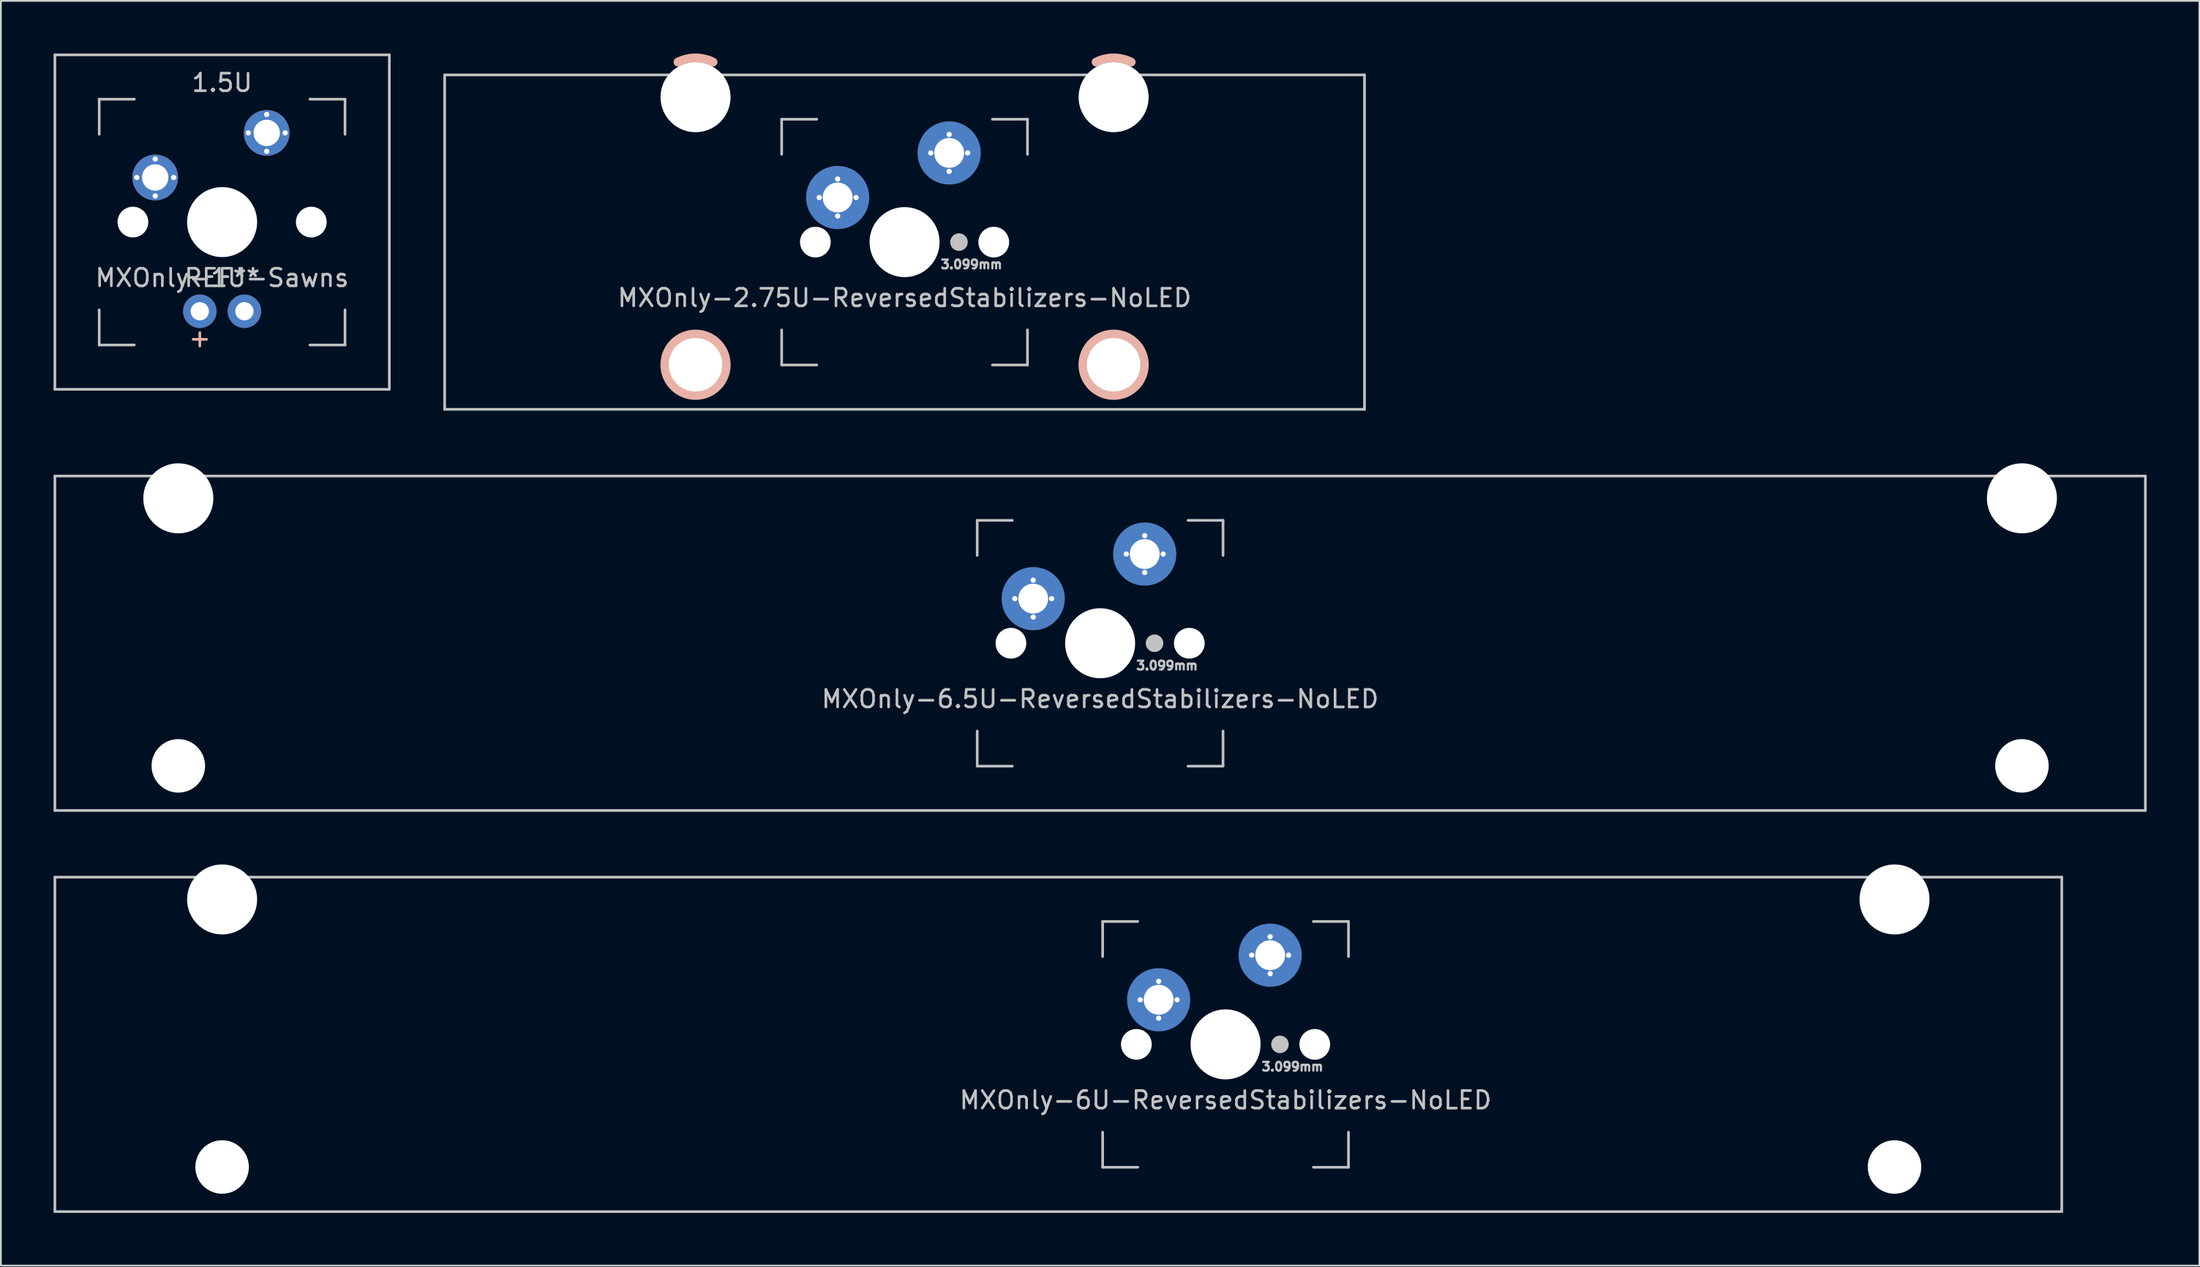
<source format=kicad_pcb>
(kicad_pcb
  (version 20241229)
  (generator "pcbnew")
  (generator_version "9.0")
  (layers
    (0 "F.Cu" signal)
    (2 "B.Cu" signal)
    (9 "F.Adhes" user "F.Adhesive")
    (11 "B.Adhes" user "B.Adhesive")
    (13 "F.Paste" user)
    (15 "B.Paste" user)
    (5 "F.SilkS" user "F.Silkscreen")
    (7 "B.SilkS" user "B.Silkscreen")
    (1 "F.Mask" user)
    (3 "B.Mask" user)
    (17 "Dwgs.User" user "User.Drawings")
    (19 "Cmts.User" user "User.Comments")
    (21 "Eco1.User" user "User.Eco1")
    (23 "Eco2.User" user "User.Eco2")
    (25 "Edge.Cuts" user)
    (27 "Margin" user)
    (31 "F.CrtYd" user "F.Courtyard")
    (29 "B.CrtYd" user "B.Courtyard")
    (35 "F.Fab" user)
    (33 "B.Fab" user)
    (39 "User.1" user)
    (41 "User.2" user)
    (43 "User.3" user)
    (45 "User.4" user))
  (footprint "MXOnly-6U-ReversedStabilizers-NoLED"
    (layer "F.Cu")
    (at 57.225 56.439)
    (property "Reference" "MXOnly-6U-ReversedStabilizers-NoLED" (at 9.525 3.175 0) (layer "Dwgs.User") (effects (font (size 1 1) (thickness 0.15))))
    (attr through_hole)
    (fp_line (start -57.15 -9.525) (end 57.15 -9.525) (stroke (width 0.15) (type solid)) (layer "Dwgs.User"))
    (fp_line (start -57.15 9.525) (end -57.15 -9.525) (stroke (width 0.15) (type solid)) (layer "Dwgs.User"))
    (fp_line (start -57.15 9.525) (end 57.15 9.525) (stroke (width 0.15) (type solid)) (layer "Dwgs.User"))
    (fp_line (start 2.525 -7) (end 2.525 -5) (stroke (width 0.15) (type solid)) (layer "Dwgs.User"))
    (fp_line (start 2.525 5) (end 2.525 7) (stroke (width 0.15) (type solid)) (layer "Dwgs.User"))
    (fp_line (start 2.525 7) (end 4.525 7) (stroke (width 0.15) (type solid)) (layer "Dwgs.User"))
    (fp_line (start 4.525 -7) (end 2.525 -7) (stroke (width 0.15) (type solid)) (layer "Dwgs.User"))
    (fp_line (start 14.525 -7) (end 16.525 -7) (stroke (width 0.15) (type solid)) (layer "Dwgs.User"))
    (fp_line (start 14.525 7) (end 16.525 7) (stroke (width 0.15) (type solid)) (layer "Dwgs.User"))
    (fp_line (start 16.525 -7) (end 16.525 -5) (stroke (width 0.15) (type solid)) (layer "Dwgs.User"))
    (fp_line (start 16.525 7) (end 16.525 5) (stroke (width 0.15) (type solid)) (layer "Dwgs.User"))
    (fp_line (start 57.15 -9.525) (end 57.15 9.525) (stroke (width 0.15) (type solid)) (layer "Dwgs.User"))
    (fp_text user "3.099mm" (at 13.335 1.27 0) (layer "Dwgs.User") (effects (font (size 0.5 0.5) (thickness 0.125))))
    (pad "" np_thru_hole circle (at -47.625 -8.255) (size 3.988 3.988) (drill 3.988) (layers "*.Cu" "*.Mask"))
    (pad "" np_thru_hole circle (at -47.625 6.985) (size 3.048 3.048) (drill 3.048) (layers "*.Cu" "*.Mask"))
    (pad "" np_thru_hole circle (at 4.445 0 48.1) (size 1.75 1.75) (drill 1.75) (layers "*.Cu" "*.Mask"))
    (pad "" smd circle (at 5.715 -2.54) (size 3.2 3.2) (layers "B.Mask"))
    (pad "" np_thru_hole circle (at 9.525 0) (size 3.988 3.988) (drill 3.988) (layers "*.Cu" "*.Mask"))
    (pad "" smd circle (at 12.065 -5.08) (size 3.2 3.2) (layers "B.Mask"))
    (pad "" smd circle (at 12.624 0) (size 1 1) (layers "Dwgs.User"))
    (pad "" np_thru_hole circle (at 14.605 0 48.1) (size 1.75 1.75) (drill 1.75) (layers "*.Cu" "*.Mask"))
    (pad "" np_thru_hole circle (at 47.625 -8.255) (size 3.988 3.988) (drill 3.988) (layers "*.Cu" "*.Mask"))
    (pad "" np_thru_hole circle (at 47.625 6.985) (size 3.048 3.048) (drill 3.048) (layers "*.Cu" "*.Mask"))
    (pad "1" thru_hole circle (at 4.665 -2.54 90) (size 0.4 0.4) (drill 0.3) (layers "*.Cu" "B.Mask"))
    (pad "1" thru_hole circle (at 5.715 -3.59) (size 0.4 0.4) (drill 0.3) (layers "*.Cu" "B.Mask"))
    (pad "1" thru_hole circle (at 5.715 -2.54) (size 2.5 2.5) (drill 1.7) (layers "*.Cu"))
    (pad "1" smd circle (at 5.715 -2.54) (size 3.6 3.6) (layers "B.Cu"))
    (pad "1" thru_hole circle (at 5.715 -1.49 180) (size 0.4 0.4) (drill 0.3) (layers "*.Cu" "B.Mask"))
    (pad "1" thru_hole circle (at 6.765 -2.54 270) (size 0.4 0.4) (drill 0.3) (layers "*.Cu" "B.Mask"))
    (pad "2" thru_hole circle (at 11.015 -5.08 90) (size 0.4 0.4) (drill 0.3) (layers "*.Cu" "B.Mask"))
    (pad "2" thru_hole circle (at 12.065 -6.13) (size 0.4 0.4) (drill 0.3) (layers "*.Cu" "B.Mask"))
    (pad "2" thru_hole circle (at 12.065 -5.08) (size 2.5 2.5) (drill 1.7) (layers "*.Cu"))
    (pad "2" smd circle (at 12.065 -5.08) (size 3.6 3.6) (layers "B.Cu"))
    (pad "2" thru_hole circle (at 12.065 -4.03 180) (size 0.4 0.4) (drill 0.3) (layers "*.Cu" "B.Mask"))
    (pad "2" thru_hole circle (at 13.115 -5.08 270) (size 0.4 0.4) (drill 0.3) (layers "*.Cu" "B.Mask")))
  (footprint "MXOnly-1U-Sawns"
    (layer "F.Cu")
    (at 9.6 9.6)
    (property "Reference" "MXOnly-1U-Sawns" (at 0 3.175 0) (layer "Dwgs.User") (effects (font (size 1 1) (thickness 0.15))))
    (attr through_hole)
    (fp_line (start -9.525 -9.525) (end 9.525 -9.525) (stroke (width 0.15) (type solid)) (layer "Dwgs.User"))
    (fp_line (start -9.525 9.525) (end -9.525 -9.525) (stroke (width 0.15) (type solid)) (layer "Dwgs.User"))
    (fp_line (start -7 -7) (end -7 -5) (stroke (width 0.15) (type solid)) (layer "Dwgs.User"))
    (fp_line (start -7 5) (end -7 7) (stroke (width 0.15) (type solid)) (layer "Dwgs.User"))
    (fp_line (start -7 7) (end -5 7) (stroke (width 0.15) (type solid)) (layer "Dwgs.User"))
    (fp_line (start -5 -7) (end -7 -7) (stroke (width 0.15) (type solid)) (layer "Dwgs.User"))
    (fp_line (start 5 -7) (end 7 -7) (stroke (width 0.15) (type solid)) (layer "Dwgs.User"))
    (fp_line (start 5 7) (end 7 7) (stroke (width 0.15) (type solid)) (layer "Dwgs.User"))
    (fp_line (start 7 -7) (end 7 -5) (stroke (width 0.15) (type solid)) (layer "Dwgs.User"))
    (fp_line (start 7 7) (end 7 5) (stroke (width 0.15) (type solid)) (layer "Dwgs.User"))
    (fp_line (start 9.525 -9.525) (end 9.525 9.525) (stroke (width 0.15) (type solid)) (layer "Dwgs.User"))
    (fp_line (start 9.525 9.525) (end -9.525 9.525) (stroke (width 0.15) (type solid)) (layer "Dwgs.User"))
    (fp_text user "+" (at -1.27 6.604 0) (layer "B.SilkS") (effects (font (size 1 1) (thickness 0.15))))
    (fp_text user "1.5U" (at 0 -7.938 0) (layer "Dwgs.User") (effects (font (size 1 1) (thickness 0.15))))
    (fp_text user "REF**" (at 0 3.175 0) (layer "Dwgs.User") (effects (font (size 1 1) (thickness 0.15))))
    (pad "" np_thru_hole circle (at -5.08 0 48.1) (size 1.75 1.75) (drill 1.75) (layers "*.Cu" "*.Mask"))
    (pad "" np_thru_hole circle (at 0 0) (size 3.988 3.988) (drill 3.988) (layers "*.Cu" "*.Mask"))
    (pad "" np_thru_hole circle (at 5.08 0 48.1) (size 1.75 1.75) (drill 1.75) (layers "*.Cu" "*.Mask"))
    (pad "1" thru_hole circle (at -4.86 -2.54 90) (size 0.4 0.4) (drill 0.3) (layers "*.Cu" "B.Mask"))
    (pad "1" thru_hole circle (at -3.81 -3.59) (size 0.4 0.4) (drill 0.3) (layers "*.Cu" "B.Mask"))
    (pad "1" thru_hole circle (at -3.81 -2.54) (size 2.6 2.6) (drill 1.5) (layers "*.Cu" "B.Mask"))
    (pad "1" thru_hole circle (at -3.81 -1.49 180) (size 0.4 0.4) (drill 0.3) (layers "*.Cu" "B.Mask"))
    (pad "1" thru_hole circle (at -2.76 -2.54 270) (size 0.4 0.4) (drill 0.3) (layers "*.Cu" "B.Mask"))
    (pad "2" thru_hole circle (at 1.49 -5.08 90) (size 0.4 0.4) (drill 0.3) (layers "*.Cu" "B.Mask"))
    (pad "2" thru_hole circle (at 2.54 -6.13) (size 0.4 0.4) (drill 0.3) (layers "*.Cu" "B.Mask"))
    (pad "2" thru_hole circle (at 2.54 -5.08) (size 2.6 2.6) (drill 1.5) (layers "*.Cu" "B.Mask"))
    (pad "2" thru_hole circle (at 2.54 -4.03 180) (size 0.4 0.4) (drill 0.3) (layers "*.Cu" "B.Mask"))
    (pad "2" thru_hole circle (at 3.59 -5.08 270) (size 0.4 0.4) (drill 0.3) (layers "*.Cu" "B.Mask"))
    (pad "3" thru_hole circle (at -1.27 5.08) (size 1.905 1.905) (drill 1.04) (layers "*.Cu" "B.Mask"))
    (pad "4" thru_hole circle (at 1.27 5.08) (size 1.905 1.905) (drill 1.04) (layers "*.Cu" "B.Mask")))
  (footprint "MXOnly-2.75U-ReversedStabilizers-NoLED"
    (layer "F.Cu")
    (at 48.469 10.741)
    (property "Reference" "MXOnly-2.75U-ReversedStabilizers-NoLED" (at 0 3.175 0) (layer "Dwgs.User") (effects (font (size 1 1) (thickness 0.15))))
    (attr through_hole)
    (fp_arc (start -12.90625 -10.255) (mid -11.906837 -10.491068) (end -10.907301 -10.255525) (stroke (width 0.5) (type solid)) (layer "B.SilkS"))
    (fp_arc (start 10.90625 -10.255) (mid 11.905663 -10.491068) (end 12.905199 -10.255525) (stroke (width 0.5) (type solid)) (layer "B.SilkS"))
    (fp_circle (center -11.906 6.985) (end -13.656 6.985) (stroke (width 0.5) (type solid)) (fill no) (layer "B.SilkS"))
    (fp_circle (center 11.906 6.985) (end 10.156 6.985) (stroke (width 0.5) (type solid)) (fill no) (layer "B.SilkS"))
    (fp_line (start -26.194 -9.525) (end 26.194 -9.525) (stroke (width 0.15) (type solid)) (layer "Dwgs.User"))
    (fp_line (start -26.194 9.525) (end -26.194 -9.525) (stroke (width 0.15) (type solid)) (layer "Dwgs.User"))
    (fp_line (start -26.194 9.525) (end 26.194 9.525) (stroke (width 0.15) (type solid)) (layer "Dwgs.User"))
    (fp_line (start -7 -7) (end -7 -5) (stroke (width 0.15) (type solid)) (layer "Dwgs.User"))
    (fp_line (start -7 5) (end -7 7) (stroke (width 0.15) (type solid)) (layer "Dwgs.User"))
    (fp_line (start -7 7) (end -5 7) (stroke (width 0.15) (type solid)) (layer "Dwgs.User"))
    (fp_line (start -5 -7) (end -7 -7) (stroke (width 0.15) (type solid)) (layer "Dwgs.User"))
    (fp_line (start 5 -7) (end 7 -7) (stroke (width 0.15) (type solid)) (layer "Dwgs.User"))
    (fp_line (start 5 7) (end 7 7) (stroke (width 0.15) (type solid)) (layer "Dwgs.User"))
    (fp_line (start 7 -7) (end 7 -5) (stroke (width 0.15) (type solid)) (layer "Dwgs.User"))
    (fp_line (start 7 7) (end 7 5) (stroke (width 0.15) (type solid)) (layer "Dwgs.User"))
    (fp_line (start 26.194 -9.525) (end 26.194 9.525) (stroke (width 0.15) (type solid)) (layer "Dwgs.User"))
    (fp_text user "3.099mm" (at 3.81 1.27 0) (layer "Dwgs.User") (effects (font (size 0.5 0.5) (thickness 0.125))))
    (pad "" np_thru_hole circle (at -11.906 -8.255) (size 3.988 3.988) (drill 3.988) (layers "*.Cu" "*.Mask"))
    (pad "" np_thru_hole circle (at -11.906 6.985) (size 3.048 3.048) (drill 3.048) (layers "*.Cu" "*.Mask"))
    (pad "" np_thru_hole circle (at -5.08 0 48.1) (size 1.75 1.75) (drill 1.75) (layers "*.Cu" "*.Mask"))
    (pad "" smd circle (at -3.81 -2.54) (size 3.2 3.2) (layers "B.Mask"))
    (pad "" np_thru_hole circle (at 0 0) (size 3.988 3.988) (drill 3.988) (layers "*.Cu" "*.Mask"))
    (pad "" smd circle (at 2.54 -5.08) (size 3.2 3.2) (layers "B.Mask"))
    (pad "" smd circle (at 3.099 0) (size 1 1) (layers "Dwgs.User"))
    (pad "" np_thru_hole circle (at 5.08 0 48.1) (size 1.75 1.75) (drill 1.75) (layers "*.Cu" "*.Mask"))
    (pad "" np_thru_hole circle (at 11.906 -8.255) (size 3.988 3.988) (drill 3.988) (layers "*.Cu" "*.Mask"))
    (pad "" np_thru_hole circle (at 11.906 6.985) (size 3.048 3.048) (drill 3.048) (layers "*.Cu" "*.Mask"))
    (pad "1" thru_hole circle (at -4.86 -2.54 90) (size 0.4 0.4) (drill 0.3) (layers "*.Cu" "B.Mask"))
    (pad "1" thru_hole circle (at -3.81 -3.59) (size 0.4 0.4) (drill 0.3) (layers "*.Cu" "B.Mask"))
    (pad "1" thru_hole circle (at -3.81 -2.54) (size 2.5 2.5) (drill 1.7) (layers "*.Cu"))
    (pad "1" smd circle (at -3.81 -2.54) (size 3.6 3.6) (layers "B.Cu"))
    (pad "1" thru_hole circle (at -3.81 -1.49 180) (size 0.4 0.4) (drill 0.3) (layers "*.Cu" "B.Mask"))
    (pad "1" thru_hole circle (at -2.76 -2.54 270) (size 0.4 0.4) (drill 0.3) (layers "*.Cu" "B.Mask"))
    (pad "2" thru_hole circle (at 1.49 -5.08 90) (size 0.4 0.4) (drill 0.3) (layers "*.Cu" "B.Mask"))
    (pad "2" thru_hole circle (at 2.54 -6.13) (size 0.4 0.4) (drill 0.3) (layers "*.Cu" "B.Mask"))
    (pad "2" thru_hole circle (at 2.54 -5.08) (size 2.5 2.5) (drill 1.7) (layers "*.Cu"))
    (pad "2" smd circle (at 2.54 -5.08) (size 3.6 3.6) (layers "B.Cu"))
    (pad "2" thru_hole circle (at 2.54 -4.03 180) (size 0.4 0.4) (drill 0.3) (layers "*.Cu" "B.Mask"))
    (pad "2" thru_hole circle (at 3.59 -5.08 270) (size 0.4 0.4) (drill 0.3) (layers "*.Cu" "B.Mask")))
  (footprint "MXOnly-6.5U-ReversedStabilizers-NoLED"
    (layer "F.Cu")
    (at 59.606 33.59)
    (property "Reference" "MXOnly-6.5U-ReversedStabilizers-NoLED" (at 0 3.175 0) (layer "Dwgs.User") (effects (font (size 1 1) (thickness 0.15))))
    (attr through_hole)
    (fp_line (start -59.531 -9.525) (end 59.531 -9.525) (stroke (width 0.15) (type solid)) (layer "Dwgs.User"))
    (fp_line (start -59.531 9.525) (end -59.531 -9.525) (stroke (width 0.15) (type solid)) (layer "Dwgs.User"))
    (fp_line (start -59.531 9.525) (end 59.531 9.525) (stroke (width 0.15) (type solid)) (layer "Dwgs.User"))
    (fp_line (start -7 -7) (end -7 -5) (stroke (width 0.15) (type solid)) (layer "Dwgs.User"))
    (fp_line (start -7 5) (end -7 7) (stroke (width 0.15) (type solid)) (layer "Dwgs.User"))
    (fp_line (start -7 7) (end -5 7) (stroke (width 0.15) (type solid)) (layer "Dwgs.User"))
    (fp_line (start -5 -7) (end -7 -7) (stroke (width 0.15) (type solid)) (layer "Dwgs.User"))
    (fp_line (start 5 -7) (end 7 -7) (stroke (width 0.15) (type solid)) (layer "Dwgs.User"))
    (fp_line (start 5 7) (end 7 7) (stroke (width 0.15) (type solid)) (layer "Dwgs.User"))
    (fp_line (start 7 -7) (end 7 -5) (stroke (width 0.15) (type solid)) (layer "Dwgs.User"))
    (fp_line (start 7 7) (end 7 5) (stroke (width 0.15) (type solid)) (layer "Dwgs.User"))
    (fp_line (start 59.531 -9.525) (end 59.531 9.525) (stroke (width 0.15) (type solid)) (layer "Dwgs.User"))
    (fp_text user "3.099mm" (at 3.81 1.27 0) (layer "Dwgs.User") (effects (font (size 0.5 0.5) (thickness 0.125))))
    (pad "" np_thru_hole circle (at -52.5 -8.255) (size 3.988 3.988) (drill 3.988) (layers "*.Cu" "*.Mask"))
    (pad "" np_thru_hole circle (at -52.5 6.985) (size 3.048 3.048) (drill 3.048) (layers "*.Cu" "*.Mask"))
    (pad "" np_thru_hole circle (at -5.08 0 48.1) (size 1.75 1.75) (drill 1.75) (layers "*.Cu" "*.Mask"))
    (pad "" smd circle (at -3.81 -2.54) (size 3.2 3.2) (layers "B.Mask"))
    (pad "" np_thru_hole circle (at 0 0) (size 3.988 3.988) (drill 3.988) (layers "*.Cu" "*.Mask"))
    (pad "" smd circle (at 2.54 -5.08) (size 3.2 3.2) (layers "B.Mask"))
    (pad "" smd circle (at 3.099 0) (size 1 1) (layers "Dwgs.User"))
    (pad "" np_thru_hole circle (at 5.08 0 48.1) (size 1.75 1.75) (drill 1.75) (layers "*.Cu" "*.Mask"))
    (pad "" np_thru_hole circle (at 52.5 -8.255) (size 3.988 3.988) (drill 3.988) (layers "*.Cu" "*.Mask"))
    (pad "" np_thru_hole circle (at 52.5 6.985) (size 3.048 3.048) (drill 3.048) (layers "*.Cu" "*.Mask"))
    (pad "1" thru_hole circle (at -4.86 -2.54 90) (size 0.4 0.4) (drill 0.3) (layers "*.Cu" "B.Mask"))
    (pad "1" thru_hole circle (at -3.81 -3.59) (size 0.4 0.4) (drill 0.3) (layers "*.Cu" "B.Mask"))
    (pad "1" thru_hole circle (at -3.81 -2.54) (size 2.5 2.5) (drill 1.7) (layers "*.Cu"))
    (pad "1" smd circle (at -3.81 -2.54) (size 3.6 3.6) (layers "B.Cu"))
    (pad "1" thru_hole circle (at -3.81 -1.49 180) (size 0.4 0.4) (drill 0.3) (layers "*.Cu" "B.Mask"))
    (pad "1" thru_hole circle (at -2.76 -2.54 270) (size 0.4 0.4) (drill 0.3) (layers "*.Cu" "B.Mask"))
    (pad "2" thru_hole circle (at 1.49 -5.08 90) (size 0.4 0.4) (drill 0.3) (layers "*.Cu" "B.Mask"))
    (pad "2" thru_hole circle (at 2.54 -6.13) (size 0.4 0.4) (drill 0.3) (layers "*.Cu" "B.Mask"))
    (pad "2" thru_hole circle (at 2.54 -5.08) (size 2.5 2.5) (drill 1.7) (layers "*.Cu"))
    (pad "2" smd circle (at 2.54 -5.08) (size 3.6 3.6) (layers "B.Cu"))
    (pad "2" thru_hole circle (at 2.54 -4.03 180) (size 0.4 0.4) (drill 0.3) (layers "*.Cu" "B.Mask"))
    (pad "2" thru_hole circle (at 3.59 -5.08 270) (size 0.4 0.4) (drill 0.3) (layers "*.Cu" "B.Mask")))
  (gr_rect
    (start -3 -3)
    (end 122.213 69.039)
    (stroke (width 0.1) (type default))
    (fill no)
    (layer "Edge.Cuts")))
</source>
